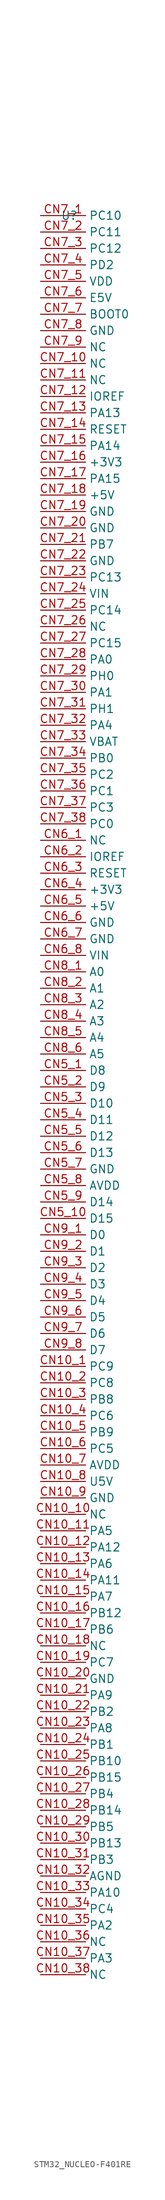
<source format=kicad_sym>
(kicad_symbol_lib
  (version 20220914)
  (generator kicad_symbol_editor)
  (symbol "STM32_NUCLEO-F401RE"
    (property "Reference" "U"
      (at 0 0 0)
      (effects (font (size 1.27 1.27))))
    (property "Value" ""
      (at 0 0 0)
      (effects (font (size 1.27 1.27))))
    (symbol "STM32_NUCLEO-F401RE_0_0"
      (pin bidirectional line (at -4.46 -177.8 0) (length 7) (name "PC9" (effects (font (size 1.27 1.27)))) (number "CN10_1" (effects (font (size 1.27 1.27)))))
      (pin bidirectional line (at -4.46 -200.66 0) (length 7) (name "NC" (effects (font (size 1.27 1.27)))) (number "CN10_10" (effects (font (size 1.27 1.27)))))
      (pin bidirectional line (at -4.46 -203.2 0) (length 7) (name "PA5" (effects (font (size 1.27 1.27)))) (number "CN10_11" (effects (font (size 1.27 1.27)))))
      (pin bidirectional line (at -4.46 -205.74 0) (length 7) (name "PA12" (effects (font (size 1.27 1.27)))) (number "CN10_12" (effects (font (size 1.27 1.27)))))
      (pin bidirectional line (at -4.46 -208.28 0) (length 7) (name "PA6" (effects (font (size 1.27 1.27)))) (number "CN10_13" (effects (font (size 1.27 1.27)))))
      (pin bidirectional line (at -4.46 -210.82 0) (length 7) (name "PA11" (effects (font (size 1.27 1.27)))) (number "CN10_14" (effects (font (size 1.27 1.27)))))
      (pin bidirectional line (at -4.46 -213.36 0) (length 7) (name "PA7" (effects (font (size 1.27 1.27)))) (number "CN10_15" (effects (font (size 1.27 1.27)))))
      (pin bidirectional line (at -4.46 -215.9 0) (length 7) (name "PB12" (effects (font (size 1.27 1.27)))) (number "CN10_16" (effects (font (size 1.27 1.27)))))
      (pin bidirectional line (at -4.46 -218.44 0) (length 7) (name "PB6" (effects (font (size 1.27 1.27)))) (number "CN10_17" (effects (font (size 1.27 1.27)))))
      (pin bidirectional line (at -4.46 -220.98 0) (length 7) (name "NC" (effects (font (size 1.27 1.27)))) (number "CN10_18" (effects (font (size 1.27 1.27)))))
      (pin bidirectional line (at -4.46 -223.52 0) (length 7) (name "PC7" (effects (font (size 1.27 1.27)))) (number "CN10_19" (effects (font (size 1.27 1.27)))))
      (pin bidirectional line (at -4.46 -180.34 0) (length 7) (name "PC8" (effects (font (size 1.27 1.27)))) (number "CN10_2" (effects (font (size 1.27 1.27)))))
      (pin bidirectional line (at -4.46 -226.06 0) (length 7) (name "GND" (effects (font (size 1.27 1.27)))) (number "CN10_20" (effects (font (size 1.27 1.27)))))
      (pin bidirectional line (at -4.46 -228.6 0) (length 7) (name "PA9" (effects (font (size 1.27 1.27)))) (number "CN10_21" (effects (font (size 1.27 1.27)))))
      (pin bidirectional line (at -4.46 -231.14 0) (length 7) (name "PB2" (effects (font (size 1.27 1.27)))) (number "CN10_22" (effects (font (size 1.27 1.27)))))
      (pin bidirectional line (at -4.46 -233.68 0) (length 7) (name "PA8" (effects (font (size 1.27 1.27)))) (number "CN10_23" (effects (font (size 1.27 1.27)))))
      (pin bidirectional line (at -4.46 -236.22 0) (length 7) (name "PB1" (effects (font (size 1.27 1.27)))) (number "CN10_24" (effects (font (size 1.27 1.27)))))
      (pin bidirectional line (at -4.46 -238.76 0) (length 7) (name "PB10" (effects (font (size 1.27 1.27)))) (number "CN10_25" (effects (font (size 1.27 1.27)))))
      (pin bidirectional line (at -4.46 -241.3 0) (length 7) (name "PB15" (effects (font (size 1.27 1.27)))) (number "CN10_26" (effects (font (size 1.27 1.27)))))
      (pin bidirectional line (at -4.46 -243.84 0) (length 7) (name "PB4" (effects (font (size 1.27 1.27)))) (number "CN10_27" (effects (font (size 1.27 1.27)))))
      (pin bidirectional line (at -4.46 -246.38 0) (length 7) (name "PB14" (effects (font (size 1.27 1.27)))) (number "CN10_28" (effects (font (size 1.27 1.27)))))
      (pin bidirectional line (at -4.46 -248.92 0) (length 7) (name "PB5" (effects (font (size 1.27 1.27)))) (number "CN10_29" (effects (font (size 1.27 1.27)))))
      (pin bidirectional line (at -4.46 -182.88 0) (length 7) (name "PB8" (effects (font (size 1.27 1.27)))) (number "CN10_3" (effects (font (size 1.27 1.27)))))
      (pin bidirectional line (at -4.46 -251.46 0) (length 7) (name "PB13" (effects (font (size 1.27 1.27)))) (number "CN10_30" (effects (font (size 1.27 1.27)))))
      (pin bidirectional line (at -4.46 -254 0) (length 7) (name "PB3" (effects (font (size 1.27 1.27)))) (number "CN10_31" (effects (font (size 1.27 1.27)))))
      (pin bidirectional line (at -4.46 -256.54 0) (length 7) (name "AGND" (effects (font (size 1.27 1.27)))) (number "CN10_32" (effects (font (size 1.27 1.27)))))
      (pin bidirectional line (at -4.46 -259.08 0) (length 7) (name "PA10" (effects (font (size 1.27 1.27)))) (number "CN10_33" (effects (font (size 1.27 1.27)))))
      (pin bidirectional line (at -4.46 -261.62 0) (length 7) (name "PC4" (effects (font (size 1.27 1.27)))) (number "CN10_34" (effects (font (size 1.27 1.27)))))
      (pin bidirectional line (at -4.46 -264.16 0) (length 7) (name "PA2" (effects (font (size 1.27 1.27)))) (number "CN10_35" (effects (font (size 1.27 1.27)))))
      (pin bidirectional line (at -4.46 -266.7 0) (length 7) (name "NC" (effects (font (size 1.27 1.27)))) (number "CN10_36" (effects (font (size 1.27 1.27)))))
      (pin bidirectional line (at -4.46 -269.24 0) (length 7) (name "PA3" (effects (font (size 1.27 1.27)))) (number "CN10_37" (effects (font (size 1.27 1.27)))))
      (pin bidirectional line (at -4.46 -271.78 0) (length 7) (name "NC" (effects (font (size 1.27 1.27)))) (number "CN10_38" (effects (font (size 1.27 1.27)))))
      (pin bidirectional line (at -4.46 -185.42 0) (length 7) (name "PC6" (effects (font (size 1.27 1.27)))) (number "CN10_4" (effects (font (size 1.27 1.27)))))
      (pin bidirectional line (at -4.46 -187.96 0) (length 7) (name "PB9" (effects (font (size 1.27 1.27)))) (number "CN10_5" (effects (font (size 1.27 1.27)))))
      (pin bidirectional line (at -4.46 -190.5 0) (length 7) (name "PC5" (effects (font (size 1.27 1.27)))) (number "CN10_6" (effects (font (size 1.27 1.27)))))
      (pin bidirectional line (at -4.46 -193.04 0) (length 7) (name "AVDD" (effects (font (size 1.27 1.27)))) (number "CN10_7" (effects (font (size 1.27 1.27)))))
      (pin bidirectional line (at -4.46 -195.58 0) (length 7) (name "U5V" (effects (font (size 1.27 1.27)))) (number "CN10_8" (effects (font (size 1.27 1.27)))))
      (pin bidirectional line (at -4.46 -198.12 0) (length 7) (name "GND" (effects (font (size 1.27 1.27)))) (number "CN10_9" (effects (font (size 1.27 1.27)))))
      (pin bidirectional line (at -4.46 -132.08 0) (length 7) (name "D8" (effects (font (size 1.27 1.27)))) (number "CN5_1" (effects (font (size 1.27 1.27)))))
      (pin bidirectional line (at -4.46 -154.94 0) (length 7) (name "D15" (effects (font (size 1.27 1.27)))) (number "CN5_10" (effects (font (size 1.27 1.27)))))
      (pin bidirectional line (at -4.46 -134.62 0) (length 7) (name "D9" (effects (font (size 1.27 1.27)))) (number "CN5_2" (effects (font (size 1.27 1.27)))))
      (pin bidirectional line (at -4.46 -137.16 0) (length 7) (name "D10" (effects (font (size 1.27 1.27)))) (number "CN5_3" (effects (font (size 1.27 1.27)))))
      (pin bidirectional line (at -4.46 -139.7 0) (length 7) (name "D11" (effects (font (size 1.27 1.27)))) (number "CN5_4" (effects (font (size 1.27 1.27)))))
      (pin bidirectional line (at -4.46 -142.24 0) (length 7) (name "D12" (effects (font (size 1.27 1.27)))) (number "CN5_5" (effects (font (size 1.27 1.27)))))
      (pin bidirectional line (at -4.46 -144.78 0) (length 7) (name "D13" (effects (font (size 1.27 1.27)))) (number "CN5_6" (effects (font (size 1.27 1.27)))))
      (pin bidirectional line (at -4.46 -147.32 0) (length 7) (name "GND" (effects (font (size 1.27 1.27)))) (number "CN5_7" (effects (font (size 1.27 1.27)))))
      (pin bidirectional line (at -4.46 -149.86 0) (length 7) (name "AVDD" (effects (font (size 1.27 1.27)))) (number "CN5_8" (effects (font (size 1.27 1.27)))))
      (pin bidirectional line (at -4.46 -152.4 0) (length 7) (name "D14" (effects (font (size 1.27 1.27)))) (number "CN5_9" (effects (font (size 1.27 1.27)))))
      (pin bidirectional line (at -4.46 -96.52 0) (length 7) (name "NC" (effects (font (size 1.27 1.27)))) (number "CN6_1" (effects (font (size 1.27 1.27)))))
      (pin bidirectional line (at -4.46 -99.06 0) (length 7) (name "IOREF" (effects (font (size 1.27 1.27)))) (number "CN6_2" (effects (font (size 1.27 1.27)))))
      (pin bidirectional line (at -4.46 -101.6 0) (length 7) (name "RESET" (effects (font (size 1.27 1.27)))) (number "CN6_3" (effects (font (size 1.27 1.27)))))
      (pin bidirectional line (at -4.46 -104.14 0) (length 7) (name "+3V3" (effects (font (size 1.27 1.27)))) (number "CN6_4" (effects (font (size 1.27 1.27)))))
      (pin bidirectional line (at -4.46 -106.68 0) (length 7) (name "+5V" (effects (font (size 1.27 1.27)))) (number "CN6_5" (effects (font (size 1.27 1.27)))))
      (pin bidirectional line (at -4.46 -109.22 0) (length 7) (name "GND" (effects (font (size 1.27 1.27)))) (number "CN6_6" (effects (font (size 1.27 1.27)))))
      (pin bidirectional line (at -4.46 -111.76 0) (length 7) (name "GND" (effects (font (size 1.27 1.27)))) (number "CN6_7" (effects (font (size 1.27 1.27)))))
      (pin bidirectional line (at -4.46 -114.3 0) (length 7) (name "VIN" (effects (font (size 1.27 1.27)))) (number "CN6_8" (effects (font (size 1.27 1.27)))))
      (pin bidirectional line (at -4.46 0 0) (length 7) (name "PC10" (effects (font (size 1.27 1.27)))) (number "CN7_1" (effects (font (size 1.27 1.27)))))
      (pin bidirectional line (at -4.46 -22.86 0) (length 7) (name "NC" (effects (font (size 1.27 1.27)))) (number "CN7_10" (effects (font (size 1.27 1.27)))))
      (pin bidirectional line (at -4.46 -25.4 0) (length 7) (name "NC" (effects (font (size 1.27 1.27)))) (number "CN7_11" (effects (font (size 1.27 1.27)))))
      (pin bidirectional line (at -4.46 -27.94 0) (length 7) (name "IOREF" (effects (font (size 1.27 1.27)))) (number "CN7_12" (effects (font (size 1.27 1.27)))))
      (pin bidirectional line (at -4.46 -30.48 0) (length 7) (name "PA13" (effects (font (size 1.27 1.27)))) (number "CN7_13" (effects (font (size 1.27 1.27)))))
      (pin bidirectional line (at -4.46 -33.02 0) (length 7) (name "RESET" (effects (font (size 1.27 1.27)))) (number "CN7_14" (effects (font (size 1.27 1.27)))))
      (pin bidirectional line (at -4.46 -35.56 0) (length 7) (name "PA14" (effects (font (size 1.27 1.27)))) (number "CN7_15" (effects (font (size 1.27 1.27)))))
      (pin bidirectional line (at -4.46 -38.1 0) (length 7) (name "+3V3" (effects (font (size 1.27 1.27)))) (number "CN7_16" (effects (font (size 1.27 1.27)))))
      (pin bidirectional line (at -4.46 -40.64 0) (length 7) (name "PA15" (effects (font (size 1.27 1.27)))) (number "CN7_17" (effects (font (size 1.27 1.27)))))
      (pin bidirectional line (at -4.46 -43.18 0) (length 7) (name "+5V" (effects (font (size 1.27 1.27)))) (number "CN7_18" (effects (font (size 1.27 1.27)))))
      (pin bidirectional line (at -4.46 -45.72 0) (length 7) (name "GND" (effects (font (size 1.27 1.27)))) (number "CN7_19" (effects (font (size 1.27 1.27)))))
      (pin bidirectional line (at -4.46 -2.54 0) (length 7) (name "PC11" (effects (font (size 1.27 1.27)))) (number "CN7_2" (effects (font (size 1.27 1.27)))))
      (pin bidirectional line (at -4.46 -48.26 0) (length 7) (name "GND" (effects (font (size 1.27 1.27)))) (number "CN7_20" (effects (font (size 1.27 1.27)))))
      (pin bidirectional line (at -4.46 -50.8 0) (length 7) (name "PB7" (effects (font (size 1.27 1.27)))) (number "CN7_21" (effects (font (size 1.27 1.27)))))
      (pin bidirectional line (at -4.46 -53.34 0) (length 7) (name "GND" (effects (font (size 1.27 1.27)))) (number "CN7_22" (effects (font (size 1.27 1.27)))))
      (pin bidirectional line (at -4.46 -55.88 0) (length 7) (name "PC13" (effects (font (size 1.27 1.27)))) (number "CN7_23" (effects (font (size 1.27 1.27)))))
      (pin bidirectional line (at -4.46 -58.42 0) (length 7) (name "VIN" (effects (font (size 1.27 1.27)))) (number "CN7_24" (effects (font (size 1.27 1.27)))))
      (pin bidirectional line (at -4.46 -60.96 0) (length 7) (name "PC14" (effects (font (size 1.27 1.27)))) (number "CN7_25" (effects (font (size 1.27 1.27)))))
      (pin bidirectional line (at -4.46 -63.5 0) (length 7) (name "NC" (effects (font (size 1.27 1.27)))) (number "CN7_26" (effects (font (size 1.27 1.27)))))
      (pin bidirectional line (at -4.46 -66.04 0) (length 7) (name "PC15" (effects (font (size 1.27 1.27)))) (number "CN7_27" (effects (font (size 1.27 1.27)))))
      (pin bidirectional line (at -4.46 -68.58 0) (length 7) (name "PA0" (effects (font (size 1.27 1.27)))) (number "CN7_28" (effects (font (size 1.27 1.27)))))
      (pin bidirectional line (at -4.46 -71.12 0) (length 7) (name "PH0" (effects (font (size 1.27 1.27)))) (number "CN7_29" (effects (font (size 1.27 1.27)))))
      (pin bidirectional line (at -4.46 -5.08 0) (length 7) (name "PC12" (effects (font (size 1.27 1.27)))) (number "CN7_3" (effects (font (size 1.27 1.27)))))
      (pin bidirectional line (at -4.46 -73.66 0) (length 7) (name "PA1" (effects (font (size 1.27 1.27)))) (number "CN7_30" (effects (font (size 1.27 1.27)))))
      (pin bidirectional line (at -4.46 -76.2 0) (length 7) (name "PH1" (effects (font (size 1.27 1.27)))) (number "CN7_31" (effects (font (size 1.27 1.27)))))
      (pin bidirectional line (at -4.46 -78.74 0) (length 7) (name "PA4" (effects (font (size 1.27 1.27)))) (number "CN7_32" (effects (font (size 1.27 1.27)))))
      (pin bidirectional line (at -4.46 -81.28 0) (length 7) (name "VBAT" (effects (font (size 1.27 1.27)))) (number "CN7_33" (effects (font (size 1.27 1.27)))))
      (pin bidirectional line (at -4.46 -83.82 0) (length 7) (name "PB0" (effects (font (size 1.27 1.27)))) (number "CN7_34" (effects (font (size 1.27 1.27)))))
      (pin bidirectional line (at -4.46 -86.36 0) (length 7) (name "PC2" (effects (font (size 1.27 1.27)))) (number "CN7_35" (effects (font (size 1.27 1.27)))))
      (pin bidirectional line (at -4.46 -88.9 0) (length 7) (name "PC1" (effects (font (size 1.27 1.27)))) (number "CN7_36" (effects (font (size 1.27 1.27)))))
      (pin bidirectional line (at -4.46 -91.44 0) (length 7) (name "PC3" (effects (font (size 1.27 1.27)))) (number "CN7_37" (effects (font (size 1.27 1.27)))))
      (pin bidirectional line (at -4.46 -93.98 0) (length 7) (name "PC0" (effects (font (size 1.27 1.27)))) (number "CN7_38" (effects (font (size 1.27 1.27)))))
      (pin bidirectional line (at -4.46 -7.62 0) (length 7) (name "PD2" (effects (font (size 1.27 1.27)))) (number "CN7_4" (effects (font (size 1.27 1.27)))))
      (pin bidirectional line (at -4.46 -10.16 0) (length 7) (name "VDD" (effects (font (size 1.27 1.27)))) (number "CN7_5" (effects (font (size 1.27 1.27)))))
      (pin bidirectional line (at -4.46 -12.7 0) (length 7) (name "E5V" (effects (font (size 1.27 1.27)))) (number "CN7_6" (effects (font (size 1.27 1.27)))))
      (pin bidirectional line (at -4.46 -15.24 0) (length 7) (name "BOOT0" (effects (font (size 1.27 1.27)))) (number "CN7_7" (effects (font (size 1.27 1.27)))))
      (pin bidirectional line (at -4.46 -17.78 0) (length 7) (name "GND" (effects (font (size 1.27 1.27)))) (number "CN7_8" (effects (font (size 1.27 1.27)))))
      (pin bidirectional line (at -4.46 -20.32 0) (length 7) (name "NC" (effects (font (size 1.27 1.27)))) (number "CN7_9" (effects (font (size 1.27 1.27)))))
      (pin bidirectional line (at -4.46 -116.84 0) (length 7) (name "A0" (effects (font (size 1.27 1.27)))) (number "CN8_1" (effects (font (size 1.27 1.27)))))
      (pin bidirectional line (at -4.46 -119.38 0) (length 7) (name "A1" (effects (font (size 1.27 1.27)))) (number "CN8_2" (effects (font (size 1.27 1.27)))))
      (pin bidirectional line (at -4.46 -121.92 0) (length 7) (name "A2" (effects (font (size 1.27 1.27)))) (number "CN8_3" (effects (font (size 1.27 1.27)))))
      (pin bidirectional line (at -4.46 -124.46 0) (length 7) (name "A3" (effects (font (size 1.27 1.27)))) (number "CN8_4" (effects (font (size 1.27 1.27)))))
      (pin bidirectional line (at -4.46 -127 0) (length 7) (name "A4" (effects (font (size 1.27 1.27)))) (number "CN8_5" (effects (font (size 1.27 1.27)))))
      (pin bidirectional line (at -4.46 -129.54 0) (length 7) (name "A5" (effects (font (size 1.27 1.27)))) (number "CN8_6" (effects (font (size 1.27 1.27)))))
      (pin bidirectional line (at -4.46 -157.48 0) (length 7) (name "D0" (effects (font (size 1.27 1.27)))) (number "CN9_1" (effects (font (size 1.27 1.27)))))
      (pin bidirectional line (at -4.46 -160.02 0) (length 7) (name "D1" (effects (font (size 1.27 1.27)))) (number "CN9_2" (effects (font (size 1.27 1.27)))))
      (pin bidirectional line (at -4.46 -162.56 0) (length 7) (name "D2" (effects (font (size 1.27 1.27)))) (number "CN9_3" (effects (font (size 1.27 1.27)))))
      (pin bidirectional line (at -4.46 -165.1 0) (length 7) (name "D3" (effects (font (size 1.27 1.27)))) (number "CN9_4" (effects (font (size 1.27 1.27)))))
      (pin bidirectional line (at -4.46 -167.64 0) (length 7) (name "D4" (effects (font (size 1.27 1.27)))) (number "CN9_5" (effects (font (size 1.27 1.27)))))
      (pin bidirectional line (at -4.46 -170.18 0) (length 7) (name "D5" (effects (font (size 1.27 1.27)))) (number "CN9_6" (effects (font (size 1.27 1.27)))))
      (pin bidirectional line (at -4.46 -172.72 0) (length 7) (name "D6" (effects (font (size 1.27 1.27)))) (number "CN9_7" (effects (font (size 1.27 1.27)))))
      (pin bidirectional line (at -4.46 -175.26 0) (length 7) (name "D7" (effects (font (size 1.27 1.27)))) (number "CN9_8" (effects (font (size 1.27 1.27))))))))
</source>
